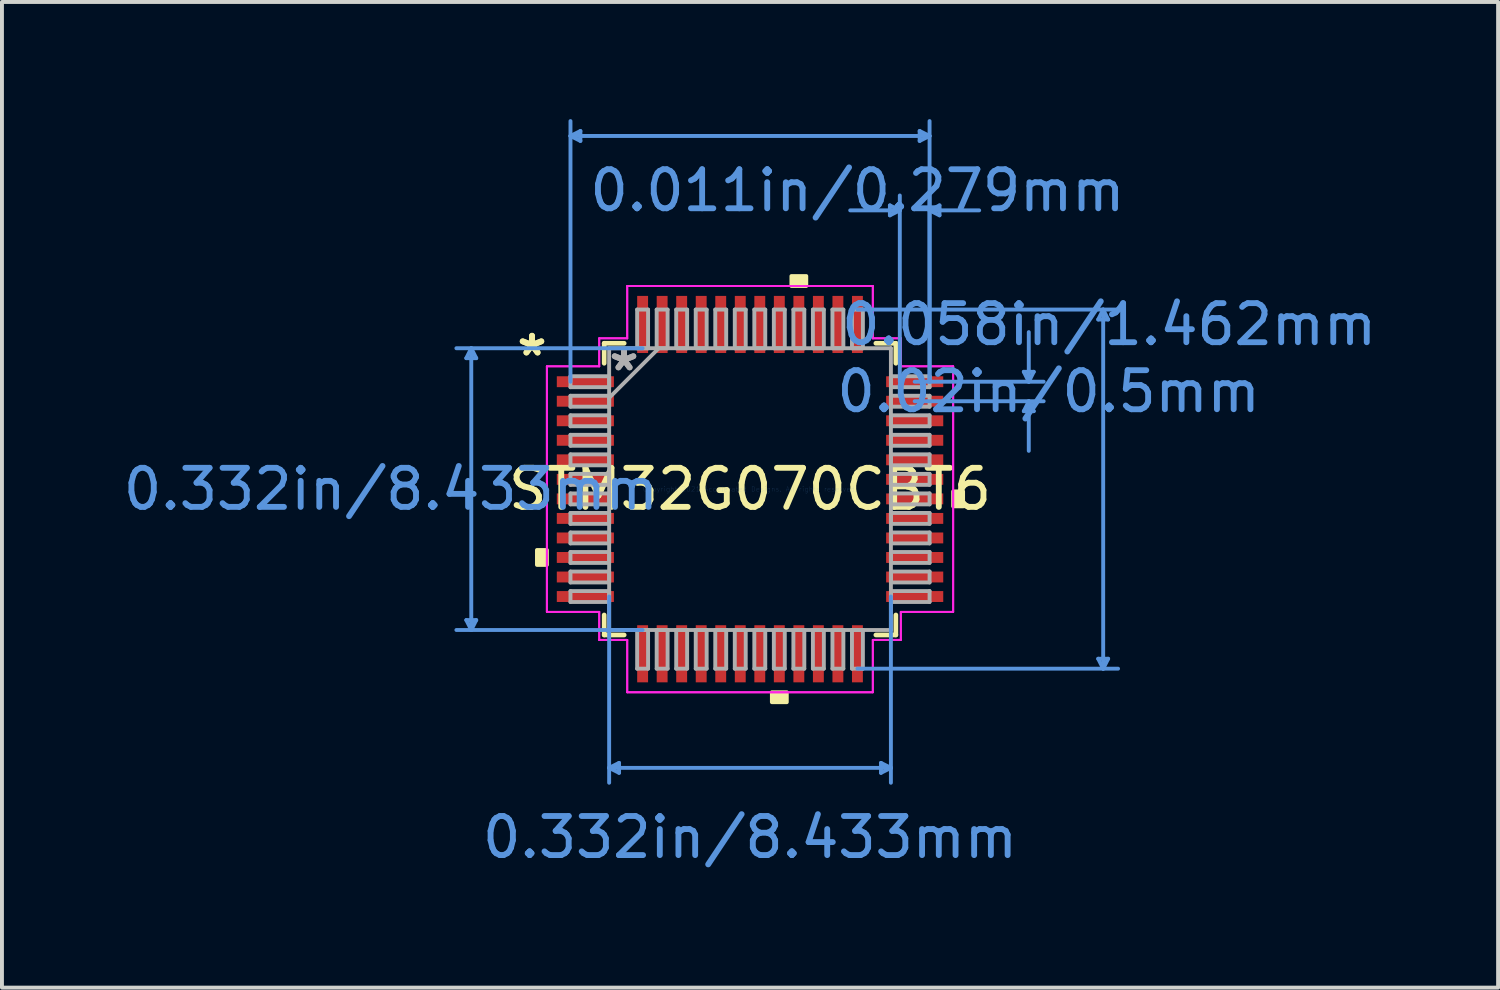
<source format=kicad_pcb>
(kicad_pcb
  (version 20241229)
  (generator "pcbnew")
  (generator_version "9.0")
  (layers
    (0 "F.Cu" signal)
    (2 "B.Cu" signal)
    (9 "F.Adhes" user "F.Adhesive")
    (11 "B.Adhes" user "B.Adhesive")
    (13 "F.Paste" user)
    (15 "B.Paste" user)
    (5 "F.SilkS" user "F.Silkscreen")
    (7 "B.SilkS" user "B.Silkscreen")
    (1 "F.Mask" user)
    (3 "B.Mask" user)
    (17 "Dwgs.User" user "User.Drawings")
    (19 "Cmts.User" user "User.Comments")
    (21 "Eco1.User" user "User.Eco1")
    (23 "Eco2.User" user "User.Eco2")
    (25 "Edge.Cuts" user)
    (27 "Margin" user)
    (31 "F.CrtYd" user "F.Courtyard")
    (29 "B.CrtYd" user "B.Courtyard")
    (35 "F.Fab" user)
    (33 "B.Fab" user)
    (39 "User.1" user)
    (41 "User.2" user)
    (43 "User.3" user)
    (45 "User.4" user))
  (footprint "STM32G070CBT6"
    (layer "F.Cu")
    (at 16.153 9.473)
    (property "Reference" "STM32G070CBT6" (at 0 0 0) (layer "F.SilkS") (effects (font (size 1 1) (thickness 0.15))))
    (attr through_hole)
    (fp_line (start -3.734 -3.734) (end -3.734 -3.222) (stroke (width 0.12) (type solid)) (layer "F.SilkS"))
    (fp_line (start -3.734 3.222) (end -3.734 3.734) (stroke (width 0.12) (type solid)) (layer "F.SilkS"))
    (fp_line (start -3.734 3.734) (end -3.222 3.734) (stroke (width 0.12) (type solid)) (layer "F.SilkS"))
    (fp_line (start -3.222 -3.734) (end -3.734 -3.734) (stroke (width 0.12) (type solid)) (layer "F.SilkS"))
    (fp_line (start 3.222 3.734) (end 3.734 3.734) (stroke (width 0.12) (type solid)) (layer "F.SilkS"))
    (fp_line (start 3.734 -3.734) (end 3.222 -3.734) (stroke (width 0.12) (type solid)) (layer "F.SilkS"))
    (fp_line (start 3.734 -3.222) (end 3.734 -3.734) (stroke (width 0.12) (type solid)) (layer "F.SilkS"))
    (fp_line (start 3.734 3.734) (end 3.734 3.222) (stroke (width 0.12) (type solid)) (layer "F.SilkS"))
    (fp_poly (pts (xy -5.455 1.559) (xy -5.455 1.94) (xy -5.201 1.94) (xy -5.201 1.559)) (stroke (width 0.1) (type solid)) (fill yes) (layer "F.SilkS"))
    (fp_poly (pts (xy 0.56 5.201) (xy 0.56 5.455) (xy 0.941 5.455) (xy 0.941 5.201)) (stroke (width 0.1) (type solid)) (fill yes) (layer "F.SilkS"))
    (fp_poly (pts (xy 1.06 -5.201) (xy 1.06 -5.455) (xy 1.44 -5.455) (xy 1.44 -5.201)) (stroke (width 0.1) (type solid)) (fill yes) (layer "F.SilkS"))
    (fp_poly (pts (xy 5.455 0.059) (xy 5.455 0.441) (xy 5.201 0.441) (xy 5.201 0.059)) (stroke (width 0.1) (type solid)) (fill yes) (layer "F.SilkS"))
    (fp_line (start -7.264 -3.353) (end -7.01 -3.353) (stroke (width 0.1) (type solid)) (layer "Cmts.User"))
    (fp_line (start -7.264 3.353) (end -7.01 3.353) (stroke (width 0.1) (type solid)) (layer "Cmts.User"))
    (fp_line (start -7.137 -3.607) (end -7.264 -3.353) (stroke (width 0.1) (type solid)) (layer "Cmts.User"))
    (fp_line (start -7.137 -3.607) (end -7.137 3.607) (stroke (width 0.1) (type solid)) (layer "Cmts.User"))
    (fp_line (start -7.137 -3.607) (end -7.01 -3.353) (stroke (width 0.1) (type solid)) (layer "Cmts.User"))
    (fp_line (start -7.137 3.607) (end -7.264 3.353) (stroke (width 0.1) (type solid)) (layer "Cmts.User"))
    (fp_line (start -7.137 3.607) (end -7.01 3.353) (stroke (width 0.1) (type solid)) (layer "Cmts.User"))
    (fp_line (start -4.597 -9.042) (end -4.343 -9.169) (stroke (width 0.1) (type solid)) (layer "Cmts.User"))
    (fp_line (start -4.597 -9.042) (end -4.343 -8.915) (stroke (width 0.1) (type solid)) (layer "Cmts.User"))
    (fp_line (start -4.597 -9.042) (end 4.597 -9.042) (stroke (width 0.1) (type solid)) (layer "Cmts.User"))
    (fp_line (start -4.597 -2.75) (end -4.597 -9.423) (stroke (width 0.1) (type solid)) (layer "Cmts.User"))
    (fp_line (start -4.343 -9.169) (end -4.343 -8.915) (stroke (width 0.1) (type solid)) (layer "Cmts.User"))
    (fp_line (start -3.607 2.75) (end -3.607 7.518) (stroke (width 0.1) (type solid)) (layer "Cmts.User"))
    (fp_line (start -3.607 7.137) (end -3.353 7.01) (stroke (width 0.1) (type solid)) (layer "Cmts.User"))
    (fp_line (start -3.607 7.137) (end -3.353 7.264) (stroke (width 0.1) (type solid)) (layer "Cmts.User"))
    (fp_line (start -3.607 7.137) (end 3.607 7.137) (stroke (width 0.1) (type solid)) (layer "Cmts.User"))
    (fp_line (start -3.353 7.01) (end -3.353 7.264) (stroke (width 0.1) (type solid)) (layer "Cmts.User"))
    (fp_line (start -2.75 -3.607) (end -7.518 -3.607) (stroke (width 0.1) (type solid)) (layer "Cmts.User"))
    (fp_line (start -2.75 3.607) (end -7.518 3.607) (stroke (width 0.1) (type solid)) (layer "Cmts.User"))
    (fp_line (start 2.75 -4.597) (end 9.423 -4.597) (stroke (width 0.1) (type solid)) (layer "Cmts.User"))
    (fp_line (start 2.75 4.597) (end 9.423 4.597) (stroke (width 0.1) (type solid)) (layer "Cmts.User"))
    (fp_line (start 3.353 7.01) (end 3.353 7.264) (stroke (width 0.1) (type solid)) (layer "Cmts.User"))
    (fp_line (start 3.581 -7.264) (end 3.581 -7.01) (stroke (width 0.1) (type solid)) (layer "Cmts.User"))
    (fp_line (start 3.607 2.75) (end 3.607 7.518) (stroke (width 0.1) (type solid)) (layer "Cmts.User"))
    (fp_line (start 3.607 7.137) (end 3.353 7.01) (stroke (width 0.1) (type solid)) (layer "Cmts.User"))
    (fp_line (start 3.607 7.137) (end 3.353 7.264) (stroke (width 0.1) (type solid)) (layer "Cmts.User"))
    (fp_line (start 3.835 -7.137) (end 2.565 -7.137) (stroke (width 0.1) (type solid)) (layer "Cmts.User"))
    (fp_line (start 3.835 -7.137) (end 3.581 -7.264) (stroke (width 0.1) (type solid)) (layer "Cmts.User"))
    (fp_line (start 3.835 -7.137) (end 3.581 -7.01) (stroke (width 0.1) (type solid)) (layer "Cmts.User"))
    (fp_line (start 3.835 -2.75) (end 3.835 -7.518) (stroke (width 0.1) (type solid)) (layer "Cmts.User"))
    (fp_line (start 4.216 -2.75) (end 7.518 -2.75) (stroke (width 0.1) (type solid)) (layer "Cmts.User"))
    (fp_line (start 4.216 -2.25) (end 7.518 -2.25) (stroke (width 0.1) (type solid)) (layer "Cmts.User"))
    (fp_line (start 4.343 -9.169) (end 4.343 -8.915) (stroke (width 0.1) (type solid)) (layer "Cmts.User"))
    (fp_line (start 4.597 -9.042) (end 4.343 -9.169) (stroke (width 0.1) (type solid)) (layer "Cmts.User"))
    (fp_line (start 4.597 -9.042) (end 4.343 -8.915) (stroke (width 0.1) (type solid)) (layer "Cmts.User"))
    (fp_line (start 4.597 -7.137) (end 4.851 -7.264) (stroke (width 0.1) (type solid)) (layer "Cmts.User"))
    (fp_line (start 4.597 -7.137) (end 4.851 -7.01) (stroke (width 0.1) (type solid)) (layer "Cmts.User"))
    (fp_line (start 4.597 -7.137) (end 5.867 -7.137) (stroke (width 0.1) (type solid)) (layer "Cmts.User"))
    (fp_line (start 4.597 -2.75) (end 4.597 -9.423) (stroke (width 0.1) (type solid)) (layer "Cmts.User"))
    (fp_line (start 4.597 -2.75) (end 4.597 -7.518) (stroke (width 0.1) (type solid)) (layer "Cmts.User"))
    (fp_line (start 4.851 -7.264) (end 4.851 -7.01) (stroke (width 0.1) (type solid)) (layer "Cmts.User"))
    (fp_line (start 7.01 -3.004) (end 7.264 -3.004) (stroke (width 0.1) (type solid)) (layer "Cmts.User"))
    (fp_line (start 7.01 -1.996) (end 7.264 -1.996) (stroke (width 0.1) (type solid)) (layer "Cmts.User"))
    (fp_line (start 7.137 -2.75) (end 7.01 -3.004) (stroke (width 0.1) (type solid)) (layer "Cmts.User"))
    (fp_line (start 7.137 -2.75) (end 7.137 -4.02) (stroke (width 0.1) (type solid)) (layer "Cmts.User"))
    (fp_line (start 7.137 -2.75) (end 7.264 -3.004) (stroke (width 0.1) (type solid)) (layer "Cmts.User"))
    (fp_line (start 7.137 -2.25) (end 7.01 -1.996) (stroke (width 0.1) (type solid)) (layer "Cmts.User"))
    (fp_line (start 7.137 -2.25) (end 7.137 -0.98) (stroke (width 0.1) (type solid)) (layer "Cmts.User"))
    (fp_line (start 7.137 -2.25) (end 7.264 -1.996) (stroke (width 0.1) (type solid)) (layer "Cmts.User"))
    (fp_line (start 8.915 -4.343) (end 9.169 -4.343) (stroke (width 0.1) (type solid)) (layer "Cmts.User"))
    (fp_line (start 8.915 4.343) (end 9.169 4.343) (stroke (width 0.1) (type solid)) (layer "Cmts.User"))
    (fp_line (start 9.042 -4.597) (end 8.915 -4.343) (stroke (width 0.1) (type solid)) (layer "Cmts.User"))
    (fp_line (start 9.042 -4.597) (end 9.042 4.597) (stroke (width 0.1) (type solid)) (layer "Cmts.User"))
    (fp_line (start 9.042 -4.597) (end 9.169 -4.343) (stroke (width 0.1) (type solid)) (layer "Cmts.User"))
    (fp_line (start 9.042 4.597) (end 8.915 4.343) (stroke (width 0.1) (type solid)) (layer "Cmts.User"))
    (fp_line (start 9.042 4.597) (end 9.169 4.343) (stroke (width 0.1) (type solid)) (layer "Cmts.User"))
    (fp_line (start -5.201 -3.144) (end -3.861 -3.144) (stroke (width 0.05) (type solid)) (layer "F.CrtYd"))
    (fp_line (start -5.201 -3.144) (end -3.861 -3.144) (stroke (width 0.05) (type solid)) (layer "F.CrtYd"))
    (fp_line (start -5.201 3.144) (end -5.201 -3.144) (stroke (width 0.05) (type solid)) (layer "F.CrtYd"))
    (fp_line (start -5.201 3.144) (end -5.201 -3.144) (stroke (width 0.05) (type solid)) (layer "F.CrtYd"))
    (fp_line (start -3.861 -3.861) (end -3.144 -3.861) (stroke (width 0.05) (type solid)) (layer "F.CrtYd"))
    (fp_line (start -3.861 -3.861) (end -3.144 -3.861) (stroke (width 0.05) (type solid)) (layer "F.CrtYd"))
    (fp_line (start -3.861 -3.144) (end -3.861 -3.861) (stroke (width 0.05) (type solid)) (layer "F.CrtYd"))
    (fp_line (start -3.861 -3.144) (end -3.861 -3.861) (stroke (width 0.05) (type solid)) (layer "F.CrtYd"))
    (fp_line (start -3.861 3.144) (end -5.201 3.144) (stroke (width 0.05) (type solid)) (layer "F.CrtYd"))
    (fp_line (start -3.861 3.144) (end -5.201 3.144) (stroke (width 0.05) (type solid)) (layer "F.CrtYd"))
    (fp_line (start -3.861 3.861) (end -3.861 3.144) (stroke (width 0.05) (type solid)) (layer "F.CrtYd"))
    (fp_line (start -3.861 3.861) (end -3.861 3.144) (stroke (width 0.05) (type solid)) (layer "F.CrtYd"))
    (fp_line (start -3.861 3.861) (end -3.144 3.861) (stroke (width 0.05) (type solid)) (layer "F.CrtYd"))
    (fp_line (start -3.144 -5.201) (end 3.144 -5.201) (stroke (width 0.05) (type solid)) (layer "F.CrtYd"))
    (fp_line (start -3.144 -5.201) (end 3.144 -5.201) (stroke (width 0.05) (type solid)) (layer "F.CrtYd"))
    (fp_line (start -3.144 -3.861) (end -3.144 -5.201) (stroke (width 0.05) (type solid)) (layer "F.CrtYd"))
    (fp_line (start -3.144 -3.861) (end -3.144 -5.201) (stroke (width 0.05) (type solid)) (layer "F.CrtYd"))
    (fp_line (start -3.144 3.861) (end -3.861 3.861) (stroke (width 0.05) (type solid)) (layer "F.CrtYd"))
    (fp_line (start -3.144 3.861) (end -3.144 5.201) (stroke (width 0.05) (type solid)) (layer "F.CrtYd"))
    (fp_line (start -3.144 5.201) (end -3.144 3.861) (stroke (width 0.05) (type solid)) (layer "F.CrtYd"))
    (fp_line (start -3.144 5.201) (end 3.144 5.201) (stroke (width 0.05) (type solid)) (layer "F.CrtYd"))
    (fp_line (start 3.144 -5.201) (end 3.144 -3.861) (stroke (width 0.05) (type solid)) (layer "F.CrtYd"))
    (fp_line (start 3.144 -5.201) (end 3.144 -3.861) (stroke (width 0.05) (type solid)) (layer "F.CrtYd"))
    (fp_line (start 3.144 -3.861) (end 3.861 -3.861) (stroke (width 0.05) (type solid)) (layer "F.CrtYd"))
    (fp_line (start 3.144 -3.861) (end 3.861 -3.861) (stroke (width 0.05) (type solid)) (layer "F.CrtYd"))
    (fp_line (start 3.144 3.861) (end 3.144 5.201) (stroke (width 0.05) (type solid)) (layer "F.CrtYd"))
    (fp_line (start 3.144 3.861) (end 3.861 3.861) (stroke (width 0.05) (type solid)) (layer "F.CrtYd"))
    (fp_line (start 3.144 5.201) (end -3.144 5.201) (stroke (width 0.05) (type solid)) (layer "F.CrtYd"))
    (fp_line (start 3.144 5.201) (end 3.144 3.861) (stroke (width 0.05) (type solid)) (layer "F.CrtYd"))
    (fp_line (start 3.861 -3.861) (end 3.861 -3.144) (stroke (width 0.05) (type solid)) (layer "F.CrtYd"))
    (fp_line (start 3.861 -3.144) (end 3.861 -3.861) (stroke (width 0.05) (type solid)) (layer "F.CrtYd"))
    (fp_line (start 3.861 -3.144) (end 5.201 -3.144) (stroke (width 0.05) (type solid)) (layer "F.CrtYd"))
    (fp_line (start 3.861 3.144) (end 3.861 3.861) (stroke (width 0.05) (type solid)) (layer "F.CrtYd"))
    (fp_line (start 3.861 3.144) (end 5.201 3.144) (stroke (width 0.05) (type solid)) (layer "F.CrtYd"))
    (fp_line (start 3.861 3.861) (end 3.144 3.861) (stroke (width 0.05) (type solid)) (layer "F.CrtYd"))
    (fp_line (start 3.861 3.861) (end 3.861 3.144) (stroke (width 0.05) (type solid)) (layer "F.CrtYd"))
    (fp_line (start 5.201 -3.144) (end 3.861 -3.144) (stroke (width 0.05) (type solid)) (layer "F.CrtYd"))
    (fp_line (start 5.201 -3.144) (end 5.201 3.144) (stroke (width 0.05) (type solid)) (layer "F.CrtYd"))
    (fp_line (start 5.201 3.144) (end 3.861 3.144) (stroke (width 0.05) (type solid)) (layer "F.CrtYd"))
    (fp_line (start 5.201 3.144) (end 5.201 -3.144) (stroke (width 0.05) (type solid)) (layer "F.CrtYd"))
    (fp_line (start -4.597 -2.89) (end -4.597 -2.61) (stroke (width 0.1) (type solid)) (layer "F.Fab"))
    (fp_line (start -4.597 -2.61) (end -3.607 -2.61) (stroke (width 0.1) (type solid)) (layer "F.Fab"))
    (fp_line (start -4.597 -2.39) (end -4.597 -2.11) (stroke (width 0.1) (type solid)) (layer "F.Fab"))
    (fp_line (start -4.597 -2.11) (end -3.607 -2.11) (stroke (width 0.1) (type solid)) (layer "F.Fab"))
    (fp_line (start -4.597 -1.89) (end -4.597 -1.61) (stroke (width 0.1) (type solid)) (layer "F.Fab"))
    (fp_line (start -4.597 -1.61) (end -3.607 -1.61) (stroke (width 0.1) (type solid)) (layer "F.Fab"))
    (fp_line (start -4.597 -1.39) (end -4.597 -1.11) (stroke (width 0.1) (type solid)) (layer "F.Fab"))
    (fp_line (start -4.597 -1.11) (end -3.607 -1.11) (stroke (width 0.1) (type solid)) (layer "F.Fab"))
    (fp_line (start -4.597 -0.89) (end -4.597 -0.61) (stroke (width 0.1) (type solid)) (layer "F.Fab"))
    (fp_line (start -4.597 -0.61) (end -3.607 -0.61) (stroke (width 0.1) (type solid)) (layer "F.Fab"))
    (fp_line (start -4.597 -0.39) (end -4.597 -0.11) (stroke (width 0.1) (type solid)) (layer "F.Fab"))
    (fp_line (start -4.597 -0.11) (end -3.607 -0.11) (stroke (width 0.1) (type solid)) (layer "F.Fab"))
    (fp_line (start -4.597 0.11) (end -4.597 0.39) (stroke (width 0.1) (type solid)) (layer "F.Fab"))
    (fp_line (start -4.597 0.39) (end -3.607 0.39) (stroke (width 0.1) (type solid)) (layer "F.Fab"))
    (fp_line (start -4.597 0.61) (end -4.597 0.89) (stroke (width 0.1) (type solid)) (layer "F.Fab"))
    (fp_line (start -4.597 0.89) (end -3.607 0.89) (stroke (width 0.1) (type solid)) (layer "F.Fab"))
    (fp_line (start -4.597 1.11) (end -4.597 1.39) (stroke (width 0.1) (type solid)) (layer "F.Fab"))
    (fp_line (start -4.597 1.39) (end -3.607 1.39) (stroke (width 0.1) (type solid)) (layer "F.Fab"))
    (fp_line (start -4.597 1.61) (end -4.597 1.89) (stroke (width 0.1) (type solid)) (layer "F.Fab"))
    (fp_line (start -4.597 1.89) (end -3.607 1.89) (stroke (width 0.1) (type solid)) (layer "F.Fab"))
    (fp_line (start -4.597 2.11) (end -4.597 2.39) (stroke (width 0.1) (type solid)) (layer "F.Fab"))
    (fp_line (start -4.597 2.39) (end -3.607 2.39) (stroke (width 0.1) (type solid)) (layer "F.Fab"))
    (fp_line (start -4.597 2.61) (end -4.597 2.89) (stroke (width 0.1) (type solid)) (layer "F.Fab"))
    (fp_line (start -4.597 2.89) (end -3.607 2.89) (stroke (width 0.1) (type solid)) (layer "F.Fab"))
    (fp_line (start -3.607 -3.607) (end -3.607 3.607) (stroke (width 0.1) (type solid)) (layer "F.Fab"))
    (fp_line (start -3.607 -2.89) (end -4.597 -2.89) (stroke (width 0.1) (type solid)) (layer "F.Fab"))
    (fp_line (start -3.607 -2.61) (end -3.607 -2.89) (stroke (width 0.1) (type solid)) (layer "F.Fab"))
    (fp_line (start -3.607 -2.39) (end -4.597 -2.39) (stroke (width 0.1) (type solid)) (layer "F.Fab"))
    (fp_line (start -3.607 -2.337) (end -2.337 -3.607) (stroke (width 0.1) (type solid)) (layer "F.Fab"))
    (fp_line (start -3.607 -2.11) (end -3.607 -2.39) (stroke (width 0.1) (type solid)) (layer "F.Fab"))
    (fp_line (start -3.607 -1.89) (end -4.597 -1.89) (stroke (width 0.1) (type solid)) (layer "F.Fab"))
    (fp_line (start -3.607 -1.61) (end -3.607 -1.89) (stroke (width 0.1) (type solid)) (layer "F.Fab"))
    (fp_line (start -3.607 -1.39) (end -4.597 -1.39) (stroke (width 0.1) (type solid)) (layer "F.Fab"))
    (fp_line (start -3.607 -1.11) (end -3.607 -1.39) (stroke (width 0.1) (type solid)) (layer "F.Fab"))
    (fp_line (start -3.607 -0.89) (end -4.597 -0.89) (stroke (width 0.1) (type solid)) (layer "F.Fab"))
    (fp_line (start -3.607 -0.61) (end -3.607 -0.89) (stroke (width 0.1) (type solid)) (layer "F.Fab"))
    (fp_line (start -3.607 -0.39) (end -4.597 -0.39) (stroke (width 0.1) (type solid)) (layer "F.Fab"))
    (fp_line (start -3.607 -0.11) (end -3.607 -0.39) (stroke (width 0.1) (type solid)) (layer "F.Fab"))
    (fp_line (start -3.607 0.11) (end -4.597 0.11) (stroke (width 0.1) (type solid)) (layer "F.Fab"))
    (fp_line (start -3.607 0.39) (end -3.607 0.11) (stroke (width 0.1) (type solid)) (layer "F.Fab"))
    (fp_line (start -3.607 0.61) (end -4.597 0.61) (stroke (width 0.1) (type solid)) (layer "F.Fab"))
    (fp_line (start -3.607 0.89) (end -3.607 0.61) (stroke (width 0.1) (type solid)) (layer "F.Fab"))
    (fp_line (start -3.607 1.11) (end -4.597 1.11) (stroke (width 0.1) (type solid)) (layer "F.Fab"))
    (fp_line (start -3.607 1.39) (end -3.607 1.11) (stroke (width 0.1) (type solid)) (layer "F.Fab"))
    (fp_line (start -3.607 1.61) (end -4.597 1.61) (stroke (width 0.1) (type solid)) (layer "F.Fab"))
    (fp_line (start -3.607 1.89) (end -3.607 1.61) (stroke (width 0.1) (type solid)) (layer "F.Fab"))
    (fp_line (start -3.607 2.11) (end -4.597 2.11) (stroke (width 0.1) (type solid)) (layer "F.Fab"))
    (fp_line (start -3.607 2.39) (end -3.607 2.11) (stroke (width 0.1) (type solid)) (layer "F.Fab"))
    (fp_line (start -3.607 2.61) (end -4.597 2.61) (stroke (width 0.1) (type solid)) (layer "F.Fab"))
    (fp_line (start -3.607 2.89) (end -3.607 2.61) (stroke (width 0.1) (type solid)) (layer "F.Fab"))
    (fp_line (start -3.607 3.607) (end 3.607 3.607) (stroke (width 0.1) (type solid)) (layer "F.Fab"))
    (fp_line (start -2.89 -4.597) (end -2.89 -3.607) (stroke (width 0.1) (type solid)) (layer "F.Fab"))
    (fp_line (start -2.89 -3.607) (end -2.61 -3.607) (stroke (width 0.1) (type solid)) (layer "F.Fab"))
    (fp_line (start -2.89 3.607) (end -2.89 4.597) (stroke (width 0.1) (type solid)) (layer "F.Fab"))
    (fp_line (start -2.89 4.597) (end -2.61 4.597) (stroke (width 0.1) (type solid)) (layer "F.Fab"))
    (fp_line (start -2.61 -4.597) (end -2.89 -4.597) (stroke (width 0.1) (type solid)) (layer "F.Fab"))
    (fp_line (start -2.61 -3.607) (end -2.61 -4.597) (stroke (width 0.1) (type solid)) (layer "F.Fab"))
    (fp_line (start -2.61 3.607) (end -2.89 3.607) (stroke (width 0.1) (type solid)) (layer "F.Fab"))
    (fp_line (start -2.61 4.597) (end -2.61 3.607) (stroke (width 0.1) (type solid)) (layer "F.Fab"))
    (fp_line (start -2.39 -4.597) (end -2.39 -3.607) (stroke (width 0.1) (type solid)) (layer "F.Fab"))
    (fp_line (start -2.39 -3.607) (end -2.11 -3.607) (stroke (width 0.1) (type solid)) (layer "F.Fab"))
    (fp_line (start -2.39 3.607) (end -2.39 4.597) (stroke (width 0.1) (type solid)) (layer "F.Fab"))
    (fp_line (start -2.39 4.597) (end -2.11 4.597) (stroke (width 0.1) (type solid)) (layer "F.Fab"))
    (fp_line (start -2.11 -4.597) (end -2.39 -4.597) (stroke (width 0.1) (type solid)) (layer "F.Fab"))
    (fp_line (start -2.11 -3.607) (end -2.11 -4.597) (stroke (width 0.1) (type solid)) (layer "F.Fab"))
    (fp_line (start -2.11 3.607) (end -2.39 3.607) (stroke (width 0.1) (type solid)) (layer "F.Fab"))
    (fp_line (start -2.11 4.597) (end -2.11 3.607) (stroke (width 0.1) (type solid)) (layer "F.Fab"))
    (fp_line (start -1.89 -4.597) (end -1.89 -3.607) (stroke (width 0.1) (type solid)) (layer "F.Fab"))
    (fp_line (start -1.89 -3.607) (end -1.61 -3.607) (stroke (width 0.1) (type solid)) (layer "F.Fab"))
    (fp_line (start -1.89 3.607) (end -1.89 4.597) (stroke (width 0.1) (type solid)) (layer "F.Fab"))
    (fp_line (start -1.89 4.597) (end -1.61 4.597) (stroke (width 0.1) (type solid)) (layer "F.Fab"))
    (fp_line (start -1.61 -4.597) (end -1.89 -4.597) (stroke (width 0.1) (type solid)) (layer "F.Fab"))
    (fp_line (start -1.61 -3.607) (end -1.61 -4.597) (stroke (width 0.1) (type solid)) (layer "F.Fab"))
    (fp_line (start -1.61 3.607) (end -1.89 3.607) (stroke (width 0.1) (type solid)) (layer "F.Fab"))
    (fp_line (start -1.61 4.597) (end -1.61 3.607) (stroke (width 0.1) (type solid)) (layer "F.Fab"))
    (fp_line (start -1.39 -4.597) (end -1.39 -3.607) (stroke (width 0.1) (type solid)) (layer "F.Fab"))
    (fp_line (start -1.39 -3.607) (end -1.11 -3.607) (stroke (width 0.1) (type solid)) (layer "F.Fab"))
    (fp_line (start -1.39 3.607) (end -1.39 4.597) (stroke (width 0.1) (type solid)) (layer "F.Fab"))
    (fp_line (start -1.39 4.597) (end -1.11 4.597) (stroke (width 0.1) (type solid)) (layer "F.Fab"))
    (fp_line (start -1.11 -4.597) (end -1.39 -4.597) (stroke (width 0.1) (type solid)) (layer "F.Fab"))
    (fp_line (start -1.11 -3.607) (end -1.11 -4.597) (stroke (width 0.1) (type solid)) (layer "F.Fab"))
    (fp_line (start -1.11 3.607) (end -1.39 3.607) (stroke (width 0.1) (type solid)) (layer "F.Fab"))
    (fp_line (start -1.11 4.597) (end -1.11 3.607) (stroke (width 0.1) (type solid)) (layer "F.Fab"))
    (fp_line (start -0.89 -4.597) (end -0.89 -3.607) (stroke (width 0.1) (type solid)) (layer "F.Fab"))
    (fp_line (start -0.89 -3.607) (end -0.61 -3.607) (stroke (width 0.1) (type solid)) (layer "F.Fab"))
    (fp_line (start -0.89 3.607) (end -0.89 4.597) (stroke (width 0.1) (type solid)) (layer "F.Fab"))
    (fp_line (start -0.89 4.597) (end -0.61 4.597) (stroke (width 0.1) (type solid)) (layer "F.Fab"))
    (fp_line (start -0.61 -4.597) (end -0.89 -4.597) (stroke (width 0.1) (type solid)) (layer "F.Fab"))
    (fp_line (start -0.61 -3.607) (end -0.61 -4.597) (stroke (width 0.1) (type solid)) (layer "F.Fab"))
    (fp_line (start -0.61 3.607) (end -0.89 3.607) (stroke (width 0.1) (type solid)) (layer "F.Fab"))
    (fp_line (start -0.61 4.597) (end -0.61 3.607) (stroke (width 0.1) (type solid)) (layer "F.Fab"))
    (fp_line (start -0.39 -4.597) (end -0.39 -3.607) (stroke (width 0.1) (type solid)) (layer "F.Fab"))
    (fp_line (start -0.39 -3.607) (end -0.11 -3.607) (stroke (width 0.1) (type solid)) (layer "F.Fab"))
    (fp_line (start -0.39 3.607) (end -0.39 4.597) (stroke (width 0.1) (type solid)) (layer "F.Fab"))
    (fp_line (start -0.39 4.597) (end -0.11 4.597) (stroke (width 0.1) (type solid)) (layer "F.Fab"))
    (fp_line (start -0.11 -4.597) (end -0.39 -4.597) (stroke (width 0.1) (type solid)) (layer "F.Fab"))
    (fp_line (start -0.11 -3.607) (end -0.11 -4.597) (stroke (width 0.1) (type solid)) (layer "F.Fab"))
    (fp_line (start -0.11 3.607) (end -0.39 3.607) (stroke (width 0.1) (type solid)) (layer "F.Fab"))
    (fp_line (start -0.11 4.597) (end -0.11 3.607) (stroke (width 0.1) (type solid)) (layer "F.Fab"))
    (fp_line (start 0.11 -4.597) (end 0.11 -3.607) (stroke (width 0.1) (type solid)) (layer "F.Fab"))
    (fp_line (start 0.11 -3.607) (end 0.39 -3.607) (stroke (width 0.1) (type solid)) (layer "F.Fab"))
    (fp_line (start 0.11 3.607) (end 0.11 4.597) (stroke (width 0.1) (type solid)) (layer "F.Fab"))
    (fp_line (start 0.11 4.597) (end 0.39 4.597) (stroke (width 0.1) (type solid)) (layer "F.Fab"))
    (fp_line (start 0.39 -4.597) (end 0.11 -4.597) (stroke (width 0.1) (type solid)) (layer "F.Fab"))
    (fp_line (start 0.39 -3.607) (end 0.39 -4.597) (stroke (width 0.1) (type solid)) (layer "F.Fab"))
    (fp_line (start 0.39 3.607) (end 0.11 3.607) (stroke (width 0.1) (type solid)) (layer "F.Fab"))
    (fp_line (start 0.39 4.597) (end 0.39 3.607) (stroke (width 0.1) (type solid)) (layer "F.Fab"))
    (fp_line (start 0.61 -4.597) (end 0.61 -3.607) (stroke (width 0.1) (type solid)) (layer "F.Fab"))
    (fp_line (start 0.61 -3.607) (end 0.89 -3.607) (stroke (width 0.1) (type solid)) (layer "F.Fab"))
    (fp_line (start 0.61 3.607) (end 0.61 4.597) (stroke (width 0.1) (type solid)) (layer "F.Fab"))
    (fp_line (start 0.61 4.597) (end 0.89 4.597) (stroke (width 0.1) (type solid)) (layer "F.Fab"))
    (fp_line (start 0.89 -4.597) (end 0.61 -4.597) (stroke (width 0.1) (type solid)) (layer "F.Fab"))
    (fp_line (start 0.89 -3.607) (end 0.89 -4.597) (stroke (width 0.1) (type solid)) (layer "F.Fab"))
    (fp_line (start 0.89 3.607) (end 0.61 3.607) (stroke (width 0.1) (type solid)) (layer "F.Fab"))
    (fp_line (start 0.89 4.597) (end 0.89 3.607) (stroke (width 0.1) (type solid)) (layer "F.Fab"))
    (fp_line (start 1.11 -4.597) (end 1.11 -3.607) (stroke (width 0.1) (type solid)) (layer "F.Fab"))
    (fp_line (start 1.11 -3.607) (end 1.39 -3.607) (stroke (width 0.1) (type solid)) (layer "F.Fab"))
    (fp_line (start 1.11 3.607) (end 1.11 4.597) (stroke (width 0.1) (type solid)) (layer "F.Fab"))
    (fp_line (start 1.11 4.597) (end 1.39 4.597) (stroke (width 0.1) (type solid)) (layer "F.Fab"))
    (fp_line (start 1.39 -4.597) (end 1.11 -4.597) (stroke (width 0.1) (type solid)) (layer "F.Fab"))
    (fp_line (start 1.39 -3.607) (end 1.39 -4.597) (stroke (width 0.1) (type solid)) (layer "F.Fab"))
    (fp_line (start 1.39 3.607) (end 1.11 3.607) (stroke (width 0.1) (type solid)) (layer "F.Fab"))
    (fp_line (start 1.39 4.597) (end 1.39 3.607) (stroke (width 0.1) (type solid)) (layer "F.Fab"))
    (fp_line (start 1.61 -4.597) (end 1.61 -3.607) (stroke (width 0.1) (type solid)) (layer "F.Fab"))
    (fp_line (start 1.61 -3.607) (end 1.89 -3.607) (stroke (width 0.1) (type solid)) (layer "F.Fab"))
    (fp_line (start 1.61 3.607) (end 1.61 4.597) (stroke (width 0.1) (type solid)) (layer "F.Fab"))
    (fp_line (start 1.61 4.597) (end 1.89 4.597) (stroke (width 0.1) (type solid)) (layer "F.Fab"))
    (fp_line (start 1.89 -4.597) (end 1.61 -4.597) (stroke (width 0.1) (type solid)) (layer "F.Fab"))
    (fp_line (start 1.89 -3.607) (end 1.89 -4.597) (stroke (width 0.1) (type solid)) (layer "F.Fab"))
    (fp_line (start 1.89 3.607) (end 1.61 3.607) (stroke (width 0.1) (type solid)) (layer "F.Fab"))
    (fp_line (start 1.89 4.597) (end 1.89 3.607) (stroke (width 0.1) (type solid)) (layer "F.Fab"))
    (fp_line (start 2.11 -4.597) (end 2.11 -3.607) (stroke (width 0.1) (type solid)) (layer "F.Fab"))
    (fp_line (start 2.11 -3.607) (end 2.39 -3.607) (stroke (width 0.1) (type solid)) (layer "F.Fab"))
    (fp_line (start 2.11 3.607) (end 2.11 4.597) (stroke (width 0.1) (type solid)) (layer "F.Fab"))
    (fp_line (start 2.11 4.597) (end 2.39 4.597) (stroke (width 0.1) (type solid)) (layer "F.Fab"))
    (fp_line (start 2.39 -4.597) (end 2.11 -4.597) (stroke (width 0.1) (type solid)) (layer "F.Fab"))
    (fp_line (start 2.39 -3.607) (end 2.39 -4.597) (stroke (width 0.1) (type solid)) (layer "F.Fab"))
    (fp_line (start 2.39 3.607) (end 2.11 3.607) (stroke (width 0.1) (type solid)) (layer "F.Fab"))
    (fp_line (start 2.39 4.597) (end 2.39 3.607) (stroke (width 0.1) (type solid)) (layer "F.Fab"))
    (fp_line (start 2.61 -4.597) (end 2.61 -3.607) (stroke (width 0.1) (type solid)) (layer "F.Fab"))
    (fp_line (start 2.61 -3.607) (end 2.89 -3.607) (stroke (width 0.1) (type solid)) (layer "F.Fab"))
    (fp_line (start 2.61 3.607) (end 2.61 4.597) (stroke (width 0.1) (type solid)) (layer "F.Fab"))
    (fp_line (start 2.61 4.597) (end 2.89 4.597) (stroke (width 0.1) (type solid)) (layer "F.Fab"))
    (fp_line (start 2.89 -4.597) (end 2.61 -4.597) (stroke (width 0.1) (type solid)) (layer "F.Fab"))
    (fp_line (start 2.89 -3.607) (end 2.89 -4.597) (stroke (width 0.1) (type solid)) (layer "F.Fab"))
    (fp_line (start 2.89 3.607) (end 2.61 3.607) (stroke (width 0.1) (type solid)) (layer "F.Fab"))
    (fp_line (start 2.89 4.597) (end 2.89 3.607) (stroke (width 0.1) (type solid)) (layer "F.Fab"))
    (fp_line (start 3.607 -3.607) (end -3.607 -3.607) (stroke (width 0.1) (type solid)) (layer "F.Fab"))
    (fp_line (start 3.607 -2.89) (end 3.607 -2.61) (stroke (width 0.1) (type solid)) (layer "F.Fab"))
    (fp_line (start 3.607 -2.61) (end 4.597 -2.61) (stroke (width 0.1) (type solid)) (layer "F.Fab"))
    (fp_line (start 3.607 -2.39) (end 3.607 -2.11) (stroke (width 0.1) (type solid)) (layer "F.Fab"))
    (fp_line (start 3.607 -2.11) (end 4.597 -2.11) (stroke (width 0.1) (type solid)) (layer "F.Fab"))
    (fp_line (start 3.607 -1.89) (end 3.607 -1.61) (stroke (width 0.1) (type solid)) (layer "F.Fab"))
    (fp_line (start 3.607 -1.61) (end 4.597 -1.61) (stroke (width 0.1) (type solid)) (layer "F.Fab"))
    (fp_line (start 3.607 -1.39) (end 3.607 -1.11) (stroke (width 0.1) (type solid)) (layer "F.Fab"))
    (fp_line (start 3.607 -1.11) (end 4.597 -1.11) (stroke (width 0.1) (type solid)) (layer "F.Fab"))
    (fp_line (start 3.607 -0.89) (end 3.607 -0.61) (stroke (width 0.1) (type solid)) (layer "F.Fab"))
    (fp_line (start 3.607 -0.61) (end 4.597 -0.61) (stroke (width 0.1) (type solid)) (layer "F.Fab"))
    (fp_line (start 3.607 -0.39) (end 3.607 -0.11) (stroke (width 0.1) (type solid)) (layer "F.Fab"))
    (fp_line (start 3.607 -0.11) (end 4.597 -0.11) (stroke (width 0.1) (type solid)) (layer "F.Fab"))
    (fp_line (start 3.607 0.11) (end 3.607 0.39) (stroke (width 0.1) (type solid)) (layer "F.Fab"))
    (fp_line (start 3.607 0.39) (end 4.597 0.39) (stroke (width 0.1) (type solid)) (layer "F.Fab"))
    (fp_line (start 3.607 0.61) (end 3.607 0.89) (stroke (width 0.1) (type solid)) (layer "F.Fab"))
    (fp_line (start 3.607 0.89) (end 4.597 0.89) (stroke (width 0.1) (type solid)) (layer "F.Fab"))
    (fp_line (start 3.607 1.11) (end 3.607 1.39) (stroke (width 0.1) (type solid)) (layer "F.Fab"))
    (fp_line (start 3.607 1.39) (end 4.597 1.39) (stroke (width 0.1) (type solid)) (layer "F.Fab"))
    (fp_line (start 3.607 1.61) (end 3.607 1.89) (stroke (width 0.1) (type solid)) (layer "F.Fab"))
    (fp_line (start 3.607 1.89) (end 4.597 1.89) (stroke (width 0.1) (type solid)) (layer "F.Fab"))
    (fp_line (start 3.607 2.11) (end 3.607 2.39) (stroke (width 0.1) (type solid)) (layer "F.Fab"))
    (fp_line (start 3.607 2.39) (end 4.597 2.39) (stroke (width 0.1) (type solid)) (layer "F.Fab"))
    (fp_line (start 3.607 2.61) (end 3.607 2.89) (stroke (width 0.1) (type solid)) (layer "F.Fab"))
    (fp_line (start 3.607 2.89) (end 4.597 2.89) (stroke (width 0.1) (type solid)) (layer "F.Fab"))
    (fp_line (start 3.607 3.607) (end 3.607 -3.607) (stroke (width 0.1) (type solid)) (layer "F.Fab"))
    (fp_line (start 4.597 -2.89) (end 3.607 -2.89) (stroke (width 0.1) (type solid)) (layer "F.Fab"))
    (fp_line (start 4.597 -2.61) (end 4.597 -2.89) (stroke (width 0.1) (type solid)) (layer "F.Fab"))
    (fp_line (start 4.597 -2.39) (end 3.607 -2.39) (stroke (width 0.1) (type solid)) (layer "F.Fab"))
    (fp_line (start 4.597 -2.11) (end 4.597 -2.39) (stroke (width 0.1) (type solid)) (layer "F.Fab"))
    (fp_line (start 4.597 -1.89) (end 3.607 -1.89) (stroke (width 0.1) (type solid)) (layer "F.Fab"))
    (fp_line (start 4.597 -1.61) (end 4.597 -1.89) (stroke (width 0.1) (type solid)) (layer "F.Fab"))
    (fp_line (start 4.597 -1.39) (end 3.607 -1.39) (stroke (width 0.1) (type solid)) (layer "F.Fab"))
    (fp_line (start 4.597 -1.11) (end 4.597 -1.39) (stroke (width 0.1) (type solid)) (layer "F.Fab"))
    (fp_line (start 4.597 -0.89) (end 3.607 -0.89) (stroke (width 0.1) (type solid)) (layer "F.Fab"))
    (fp_line (start 4.597 -0.61) (end 4.597 -0.89) (stroke (width 0.1) (type solid)) (layer "F.Fab"))
    (fp_line (start 4.597 -0.39) (end 3.607 -0.39) (stroke (width 0.1) (type solid)) (layer "F.Fab"))
    (fp_line (start 4.597 -0.11) (end 4.597 -0.39) (stroke (width 0.1) (type solid)) (layer "F.Fab"))
    (fp_line (start 4.597 0.11) (end 3.607 0.11) (stroke (width 0.1) (type solid)) (layer "F.Fab"))
    (fp_line (start 4.597 0.39) (end 4.597 0.11) (stroke (width 0.1) (type solid)) (layer "F.Fab"))
    (fp_line (start 4.597 0.61) (end 3.607 0.61) (stroke (width 0.1) (type solid)) (layer "F.Fab"))
    (fp_line (start 4.597 0.89) (end 4.597 0.61) (stroke (width 0.1) (type solid)) (layer "F.Fab"))
    (fp_line (start 4.597 1.11) (end 3.607 1.11) (stroke (width 0.1) (type solid)) (layer "F.Fab"))
    (fp_line (start 4.597 1.39) (end 4.597 1.11) (stroke (width 0.1) (type solid)) (layer "F.Fab"))
    (fp_line (start 4.597 1.61) (end 3.607 1.61) (stroke (width 0.1) (type solid)) (layer "F.Fab"))
    (fp_line (start 4.597 1.89) (end 4.597 1.61) (stroke (width 0.1) (type solid)) (layer "F.Fab"))
    (fp_line (start 4.597 2.11) (end 3.607 2.11) (stroke (width 0.1) (type solid)) (layer "F.Fab"))
    (fp_line (start 4.597 2.39) (end 4.597 2.11) (stroke (width 0.1) (type solid)) (layer "F.Fab"))
    (fp_line (start 4.597 2.61) (end 3.607 2.61) (stroke (width 0.1) (type solid)) (layer "F.Fab"))
    (fp_line (start 4.597 2.89) (end 4.597 2.61) (stroke (width 0.1) (type solid)) (layer "F.Fab"))
    (fp_text user "*" (at -5.582 -3.381 0) (layer "F.SilkS") (effects (font (size 1 1) (thickness 0.15))))
    (fp_text user "*" (at -5.582 -3.381 0) (layer "F.SilkS") (effects (font (size 1 1) (thickness 0.15))))
    (fp_text user "0.058in/1.462mm" (at 9.195 -4.216 0) (layer "Cmts.User") (effects (font (size 1 1) (thickness 0.15))))
    (fp_text user "0.011in/0.279mm" (at 2.75 -7.645 0) (layer "Cmts.User") (effects (font (size 1 1) (thickness 0.15))))
    (fp_text user "0.332in/8.433mm" (at 0 8.915 0) (layer "Cmts.User") (effects (font (size 1 1) (thickness 0.15))))
    (fp_text user "0.02in/0.5mm" (at 7.645 -2.5 0) (layer "Cmts.User") (effects (font (size 1 1) (thickness 0.15))))
    (fp_text user "Copyright 2021 Accelerated Designs. All rights reserved." (at 0 0 0) (layer "Cmts.User") (effects (font (size 0.127 0.127) (thickness 0.002))))
    (fp_text user "0.332in/8.433mm" (at -9.195 0 0) (layer "Cmts.User") (effects (font (size 1 1) (thickness 0.15))))
    (fp_text user "*" (at -3.226 -3 0) (layer "F.Fab") (effects (font (size 1 1) (thickness 0.15))))
    (fp_text user "*" (at -3.226 -3 0) (layer "F.Fab") (effects (font (size 1 1) (thickness 0.15))))
    (pad "1" smd rect (at -4.216 -2.75 90) (size 0.279 1.462) (layers "F.Cu" "F.Mask" "F.Paste"))
    (pad "2" smd rect (at -4.216 -2.25 90) (size 0.279 1.462) (layers "F.Cu" "F.Mask" "F.Paste"))
    (pad "3" smd rect (at -4.216 -1.75 90) (size 0.279 1.462) (layers "F.Cu" "F.Mask" "F.Paste"))
    (pad "4" smd rect (at -4.216 -1.25 90) (size 0.279 1.462) (layers "F.Cu" "F.Mask" "F.Paste"))
    (pad "5" smd rect (at -4.216 -0.75 90) (size 0.279 1.462) (layers "F.Cu" "F.Mask" "F.Paste"))
    (pad "6" smd rect (at -4.216 -0.25 90) (size 0.279 1.462) (layers "F.Cu" "F.Mask" "F.Paste"))
    (pad "7" smd rect (at -4.216 0.25 90) (size 0.279 1.462) (layers "F.Cu" "F.Mask" "F.Paste"))
    (pad "8" smd rect (at -4.216 0.75 90) (size 0.279 1.462) (layers "F.Cu" "F.Mask" "F.Paste"))
    (pad "9" smd rect (at -4.216 1.25 90) (size 0.279 1.462) (layers "F.Cu" "F.Mask" "F.Paste"))
    (pad "10" smd rect (at -4.216 1.75 90) (size 0.279 1.462) (layers "F.Cu" "F.Mask" "F.Paste"))
    (pad "11" smd rect (at -4.216 2.25 90) (size 0.279 1.462) (layers "F.Cu" "F.Mask" "F.Paste"))
    (pad "12" smd rect (at -4.216 2.75 90) (size 0.279 1.462) (layers "F.Cu" "F.Mask" "F.Paste"))
    (pad "13" smd rect (at -2.75 4.216) (size 0.279 1.462) (layers "F.Cu" "F.Mask" "F.Paste"))
    (pad "14" smd rect (at -2.25 4.216) (size 0.279 1.462) (layers "F.Cu" "F.Mask" "F.Paste"))
    (pad "15" smd rect (at -1.75 4.216) (size 0.279 1.462) (layers "F.Cu" "F.Mask" "F.Paste"))
    (pad "16" smd rect (at -1.25 4.216) (size 0.279 1.462) (layers "F.Cu" "F.Mask" "F.Paste"))
    (pad "17" smd rect (at -0.75 4.216) (size 0.279 1.462) (layers "F.Cu" "F.Mask" "F.Paste"))
    (pad "18" smd rect (at -0.25 4.216) (size 0.279 1.462) (layers "F.Cu" "F.Mask" "F.Paste"))
    (pad "19" smd rect (at 0.25 4.216) (size 0.279 1.462) (layers "F.Cu" "F.Mask" "F.Paste"))
    (pad "20" smd rect (at 0.75 4.216) (size 0.279 1.462) (layers "F.Cu" "F.Mask" "F.Paste"))
    (pad "21" smd rect (at 1.25 4.216) (size 0.279 1.462) (layers "F.Cu" "F.Mask" "F.Paste"))
    (pad "22" smd rect (at 1.75 4.216) (size 0.279 1.462) (layers "F.Cu" "F.Mask" "F.Paste"))
    (pad "23" smd rect (at 2.25 4.216) (size 0.279 1.462) (layers "F.Cu" "F.Mask" "F.Paste"))
    (pad "24" smd rect (at 2.75 4.216) (size 0.279 1.462) (layers "F.Cu" "F.Mask" "F.Paste"))
    (pad "25" smd rect (at 4.216 2.75 90) (size 0.279 1.462) (layers "F.Cu" "F.Mask" "F.Paste"))
    (pad "26" smd rect (at 4.216 2.25 90) (size 0.279 1.462) (layers "F.Cu" "F.Mask" "F.Paste"))
    (pad "27" smd rect (at 4.216 1.75 90) (size 0.279 1.462) (layers "F.Cu" "F.Mask" "F.Paste"))
    (pad "28" smd rect (at 4.216 1.25 90) (size 0.279 1.462) (layers "F.Cu" "F.Mask" "F.Paste"))
    (pad "29" smd rect (at 4.216 0.75 90) (size 0.279 1.462) (layers "F.Cu" "F.Mask" "F.Paste"))
    (pad "30" smd rect (at 4.216 0.25 90) (size 0.279 1.462) (layers "F.Cu" "F.Mask" "F.Paste"))
    (pad "31" smd rect (at 4.216 -0.25 90) (size 0.279 1.462) (layers "F.Cu" "F.Mask" "F.Paste"))
    (pad "32" smd rect (at 4.216 -0.75 90) (size 0.279 1.462) (layers "F.Cu" "F.Mask" "F.Paste"))
    (pad "33" smd rect (at 4.216 -1.25 90) (size 0.279 1.462) (layers "F.Cu" "F.Mask" "F.Paste"))
    (pad "34" smd rect (at 4.216 -1.75 90) (size 0.279 1.462) (layers "F.Cu" "F.Mask" "F.Paste"))
    (pad "35" smd rect (at 4.216 -2.25 90) (size 0.279 1.462) (layers "F.Cu" "F.Mask" "F.Paste"))
    (pad "36" smd rect (at 4.216 -2.75 90) (size 0.279 1.462) (layers "F.Cu" "F.Mask" "F.Paste"))
    (pad "37" smd rect (at 2.75 -4.216) (size 0.279 1.462) (layers "F.Cu" "F.Mask" "F.Paste"))
    (pad "38" smd rect (at 2.25 -4.216) (size 0.279 1.462) (layers "F.Cu" "F.Mask" "F.Paste"))
    (pad "39" smd rect (at 1.75 -4.216) (size 0.279 1.462) (layers "F.Cu" "F.Mask" "F.Paste"))
    (pad "40" smd rect (at 1.25 -4.216) (size 0.279 1.462) (layers "F.Cu" "F.Mask" "F.Paste"))
    (pad "41" smd rect (at 0.75 -4.216) (size 0.279 1.462) (layers "F.Cu" "F.Mask" "F.Paste"))
    (pad "42" smd rect (at 0.25 -4.216) (size 0.279 1.462) (layers "F.Cu" "F.Mask" "F.Paste"))
    (pad "43" smd rect (at -0.25 -4.216) (size 0.279 1.462) (layers "F.Cu" "F.Mask" "F.Paste"))
    (pad "44" smd rect (at -0.75 -4.216) (size 0.279 1.462) (layers "F.Cu" "F.Mask" "F.Paste"))
    (pad "45" smd rect (at -1.25 -4.216) (size 0.279 1.462) (layers "F.Cu" "F.Mask" "F.Paste"))
    (pad "46" smd rect (at -1.75 -4.216) (size 0.279 1.462) (layers "F.Cu" "F.Mask" "F.Paste"))
    (pad "47" smd rect (at -2.25 -4.216) (size 0.279 1.462) (layers "F.Cu" "F.Mask" "F.Paste"))
    (pad "48" smd rect (at -2.75 -4.216) (size 0.279 1.462) (layers "F.Cu" "F.Mask" "F.Paste")))
  (gr_rect
    (start -3 -3)
    (end 35.306 22.237)
    (stroke (width 0.1) (type default))
    (fill no)
    (layer "Edge.Cuts")))
</source>
